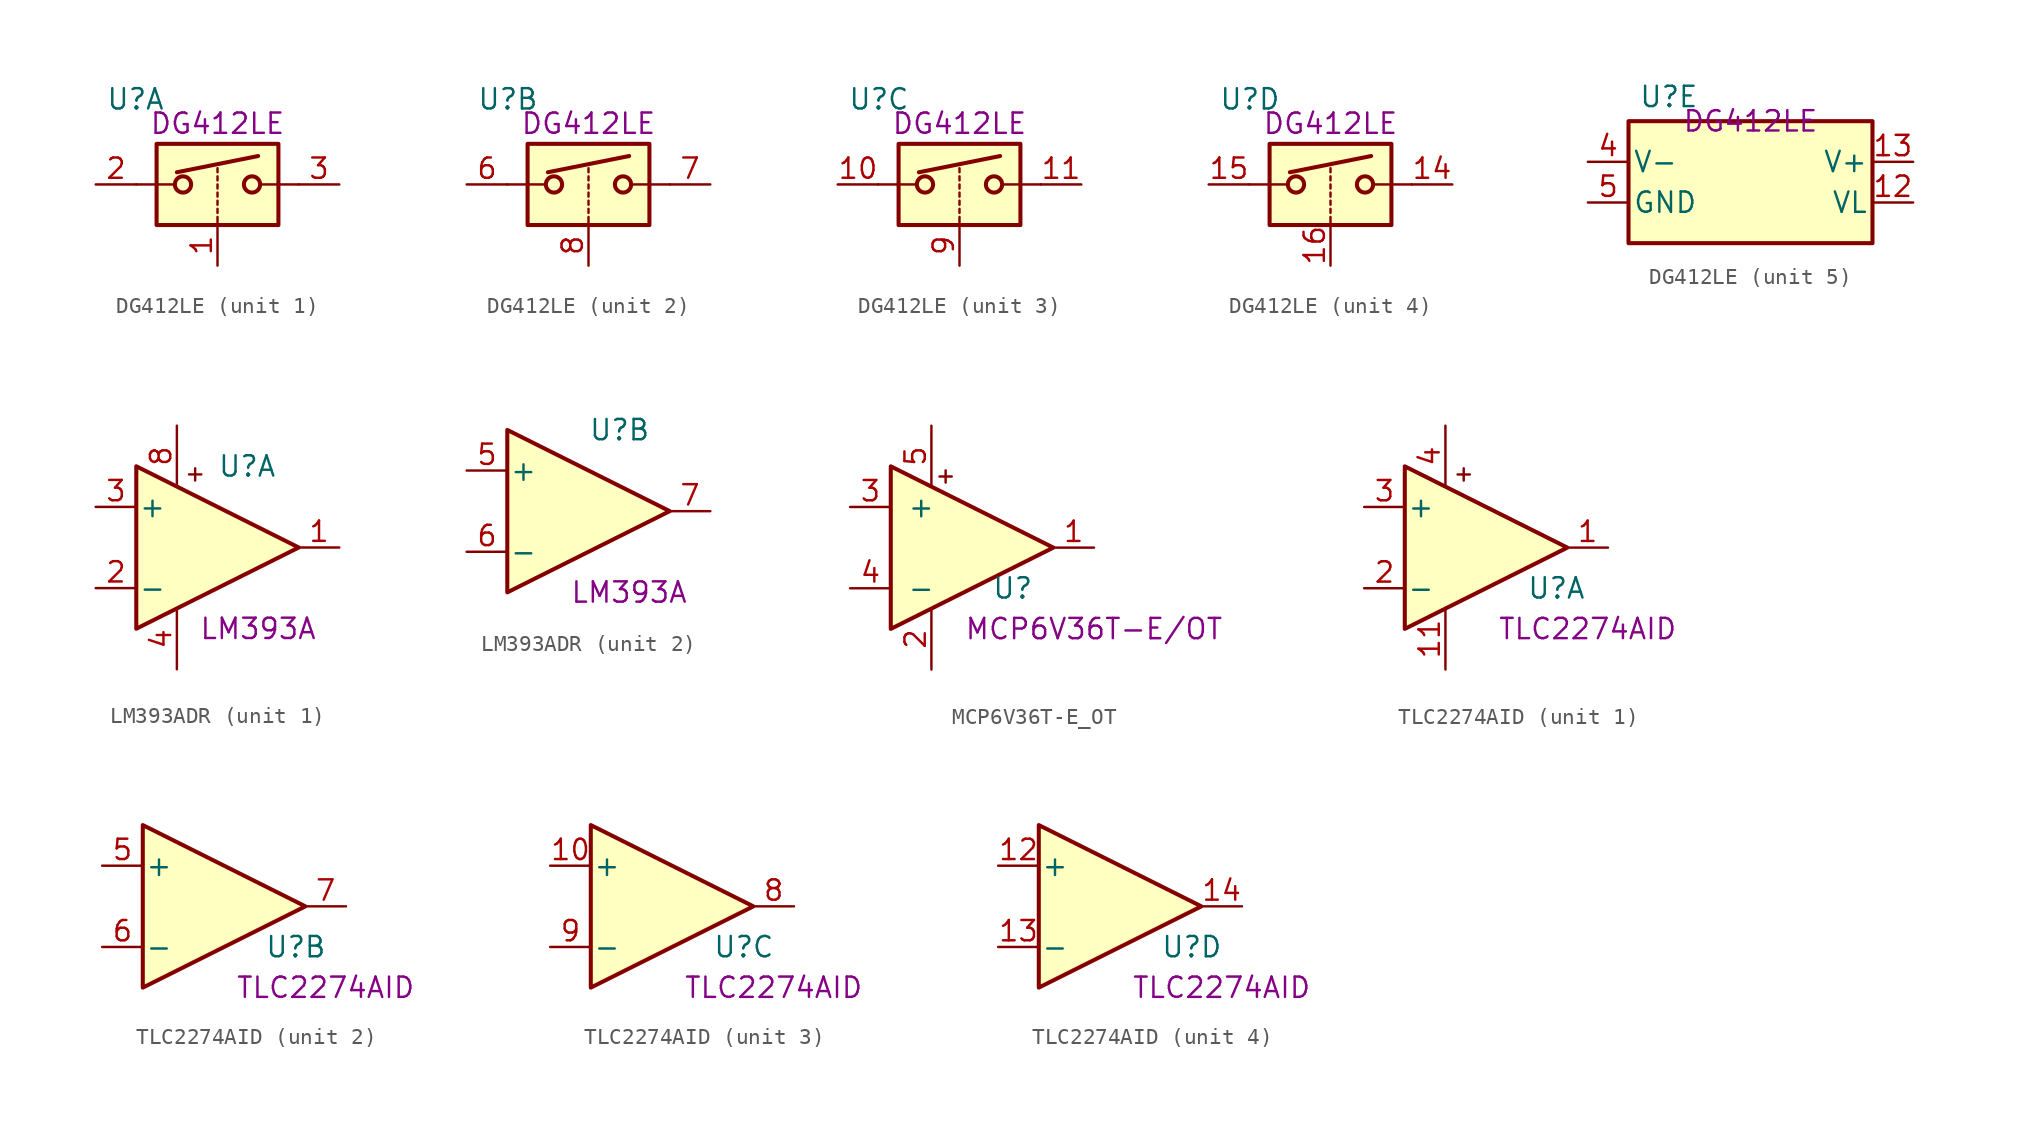
<source format=kicad_sym>
(kicad_symbol_lib
  (version 20211014)
  (generator kicad_symbol_editor)
  (symbol "DG412LE"
    (pin_names
      (offset 0.254))
    (property "Reference" "U"
      (at -6.985 5.334 0)
      (effects (font (size 1.27 1.27)) (justify left)))
    (property "Comment" "DG412LE"
      (at 0 3.81 0)
      (effects (font (size 1.27 1.27))))
    (symbol "DG412LE_1_1"
      (rectangle (start -3.81 2.54) (end 3.81 -2.54) (stroke (width 0.254) (type default) (color 0 0 0 0)) (fill (type background)))
      (circle (center -2.159 0) (radius 0.508) (stroke (width 0.254) (type default) (color 0 0 0 0)) (fill (type none)))
      (polyline (pts (xy -5.08 0) (xy -2.794 0)) (stroke (width 0) (type default) (color 0 0 0 0)) (fill (type none)))
      (polyline (pts (xy -2.54 0.762) (xy 2.54 1.778)) (stroke (width 0.254) (type default) (color 0 0 0 0)) (fill (type none)))
      (polyline (pts (xy 0 -2.54) (xy 0 -2.032)) (stroke (width 0) (type default) (color 0 0 0 0)) (fill (type none)))
      (polyline (pts (xy 0 -1.778) (xy 0 -1.524)) (stroke (width 0) (type default) (color 0 0 0 0)) (fill (type none)))
      (polyline (pts (xy 0 -1.27) (xy 0 -1.016)) (stroke (width 0) (type default) (color 0 0 0 0)) (fill (type none)))
      (polyline (pts (xy 0 -0.762) (xy 0 -0.508)) (stroke (width 0) (type default) (color 0 0 0 0)) (fill (type none)))
      (polyline (pts (xy 0 -0.254) (xy 0 0)) (stroke (width 0) (type default) (color 0 0 0 0)) (fill (type none)))
      (polyline (pts (xy 0 0.254) (xy 0 0.508)) (stroke (width 0) (type default) (color 0 0 0 0)) (fill (type none)))
      (polyline (pts (xy 0 0.762) (xy 0 1.016)) (stroke (width 0) (type default) (color 0 0 0 0)) (fill (type none)))
      (polyline (pts (xy 5.08 0) (xy 2.794 0)) (stroke (width 0) (type default) (color 0 0 0 0)) (fill (type none)))
      (circle (center 2.159 0) (radius 0.508) (stroke (width 0.254) (type default) (color 0 0 0 0)) (fill (type none)))
      (pin input line (at 0 -5.08 90) (length 2.54) (name "~" (effects (font (size 1.27 1.27)))) (number "1" (effects (font (size 1.27 1.27)))))
      (pin passive line (at -7.62 0 0) (length 2.54) (name "~" (effects (font (size 1.27 1.27)))) (number "2" (effects (font (size 1.27 1.27)))))
      (pin passive line (at 7.62 0 180) (length 2.54) (name "~" (effects (font (size 1.27 1.27)))) (number "3" (effects (font (size 1.27 1.27))))))
    (symbol "DG412LE_2_1"
      (rectangle (start -3.81 2.54) (end 3.81 -2.54) (stroke (width 0.254) (type default) (color 0 0 0 0)) (fill (type background)))
      (circle (center -2.159 0) (radius 0.508) (stroke (width 0.254) (type default) (color 0 0 0 0)) (fill (type none)))
      (polyline (pts (xy -5.08 0) (xy -2.794 0)) (stroke (width 0) (type default) (color 0 0 0 0)) (fill (type none)))
      (polyline (pts (xy -2.54 0.762) (xy 2.54 1.778)) (stroke (width 0.254) (type default) (color 0 0 0 0)) (fill (type none)))
      (polyline (pts (xy 0 -2.54) (xy 0 -2.032)) (stroke (width 0) (type default) (color 0 0 0 0)) (fill (type none)))
      (polyline (pts (xy 0 -1.778) (xy 0 -1.524)) (stroke (width 0) (type default) (color 0 0 0 0)) (fill (type none)))
      (polyline (pts (xy 0 -1.27) (xy 0 -1.016)) (stroke (width 0) (type default) (color 0 0 0 0)) (fill (type none)))
      (polyline (pts (xy 0 -0.762) (xy 0 -0.508)) (stroke (width 0) (type default) (color 0 0 0 0)) (fill (type none)))
      (polyline (pts (xy 0 -0.254) (xy 0 0)) (stroke (width 0) (type default) (color 0 0 0 0)) (fill (type none)))
      (polyline (pts (xy 0 0.254) (xy 0 0.508)) (stroke (width 0) (type default) (color 0 0 0 0)) (fill (type none)))
      (polyline (pts (xy 0 0.762) (xy 0 1.016)) (stroke (width 0) (type default) (color 0 0 0 0)) (fill (type none)))
      (polyline (pts (xy 5.08 0) (xy 2.794 0)) (stroke (width 0) (type default) (color 0 0 0 0)) (fill (type none)))
      (circle (center 2.159 0) (radius 0.508) (stroke (width 0.254) (type default) (color 0 0 0 0)) (fill (type none)))
      (pin passive line (at -7.62 0 0) (length 2.54) (name "~" (effects (font (size 1.27 1.27)))) (number "6" (effects (font (size 1.27 1.27)))))
      (pin passive line (at 7.62 0 180) (length 2.54) (name "~" (effects (font (size 1.27 1.27)))) (number "7" (effects (font (size 1.27 1.27)))))
      (pin input line (at 0 -5.08 90) (length 2.54) (name "~" (effects (font (size 1.27 1.27)))) (number "8" (effects (font (size 1.27 1.27))))))
    (symbol "DG412LE_3_1"
      (rectangle (start -3.81 2.54) (end 3.81 -2.54) (stroke (width 0.254) (type default) (color 0 0 0 0)) (fill (type background)))
      (circle (center -2.159 0) (radius 0.508) (stroke (width 0.254) (type default) (color 0 0 0 0)) (fill (type none)))
      (polyline (pts (xy -5.08 0) (xy -2.794 0)) (stroke (width 0) (type default) (color 0 0 0 0)) (fill (type none)))
      (polyline (pts (xy -2.54 0.762) (xy 2.54 1.778)) (stroke (width 0.254) (type default) (color 0 0 0 0)) (fill (type none)))
      (polyline (pts (xy 0 -2.54) (xy 0 -2.032)) (stroke (width 0) (type default) (color 0 0 0 0)) (fill (type none)))
      (polyline (pts (xy 0 -1.778) (xy 0 -1.524)) (stroke (width 0) (type default) (color 0 0 0 0)) (fill (type none)))
      (polyline (pts (xy 0 -1.27) (xy 0 -1.016)) (stroke (width 0) (type default) (color 0 0 0 0)) (fill (type none)))
      (polyline (pts (xy 0 -0.762) (xy 0 -0.508)) (stroke (width 0) (type default) (color 0 0 0 0)) (fill (type none)))
      (polyline (pts (xy 0 -0.254) (xy 0 0)) (stroke (width 0) (type default) (color 0 0 0 0)) (fill (type none)))
      (polyline (pts (xy 0 0.254) (xy 0 0.508)) (stroke (width 0) (type default) (color 0 0 0 0)) (fill (type none)))
      (polyline (pts (xy 0 0.762) (xy 0 1.016)) (stroke (width 0) (type default) (color 0 0 0 0)) (fill (type none)))
      (polyline (pts (xy 5.08 0) (xy 2.794 0)) (stroke (width 0) (type default) (color 0 0 0 0)) (fill (type none)))
      (circle (center 2.159 0) (radius 0.508) (stroke (width 0.254) (type default) (color 0 0 0 0)) (fill (type none)))
      (pin passive line (at -7.62 0 0) (length 2.54) (name "~" (effects (font (size 1.27 1.27)))) (number "10" (effects (font (size 1.27 1.27)))))
      (pin passive line (at 7.62 0 180) (length 2.54) (name "~" (effects (font (size 1.27 1.27)))) (number "11" (effects (font (size 1.27 1.27)))))
      (pin input line (at 0 -5.08 90) (length 2.54) (name "~" (effects (font (size 1.27 1.27)))) (number "9" (effects (font (size 1.27 1.27))))))
    (symbol "DG412LE_4_1"
      (rectangle (start -3.81 2.54) (end 3.81 -2.54) (stroke (width 0.254) (type default) (color 0 0 0 0)) (fill (type background)))
      (circle (center -2.159 0) (radius 0.508) (stroke (width 0.254) (type default) (color 0 0 0 0)) (fill (type none)))
      (polyline (pts (xy -5.08 0) (xy -2.794 0)) (stroke (width 0) (type default) (color 0 0 0 0)) (fill (type none)))
      (polyline (pts (xy -2.54 0.762) (xy 2.54 1.778)) (stroke (width 0.254) (type default) (color 0 0 0 0)) (fill (type none)))
      (polyline (pts (xy 0 -2.54) (xy 0 -2.032)) (stroke (width 0) (type default) (color 0 0 0 0)) (fill (type none)))
      (polyline (pts (xy 0 -1.778) (xy 0 -1.524)) (stroke (width 0) (type default) (color 0 0 0 0)) (fill (type none)))
      (polyline (pts (xy 0 -1.27) (xy 0 -1.016)) (stroke (width 0) (type default) (color 0 0 0 0)) (fill (type none)))
      (polyline (pts (xy 0 -0.762) (xy 0 -0.508)) (stroke (width 0) (type default) (color 0 0 0 0)) (fill (type none)))
      (polyline (pts (xy 0 -0.254) (xy 0 0)) (stroke (width 0) (type default) (color 0 0 0 0)) (fill (type none)))
      (polyline (pts (xy 0 0.254) (xy 0 0.508)) (stroke (width 0) (type default) (color 0 0 0 0)) (fill (type none)))
      (polyline (pts (xy 0 0.762) (xy 0 1.016)) (stroke (width 0) (type default) (color 0 0 0 0)) (fill (type none)))
      (polyline (pts (xy 5.08 0) (xy 2.794 0)) (stroke (width 0) (type default) (color 0 0 0 0)) (fill (type none)))
      (circle (center 2.159 0) (radius 0.508) (stroke (width 0.254) (type default) (color 0 0 0 0)) (fill (type none)))
      (pin passive line (at 7.62 0 180) (length 2.54) (name "~" (effects (font (size 1.27 1.27)))) (number "14" (effects (font (size 1.27 1.27)))))
      (pin passive line (at -7.62 0 0) (length 2.54) (name "~" (effects (font (size 1.27 1.27)))) (number "15" (effects (font (size 1.27 1.27)))))
      (pin input line (at 0 -5.08 90) (length 2.54) (name "~" (effects (font (size 1.27 1.27)))) (number "16" (effects (font (size 1.27 1.27))))))
    (symbol "DG412LE_5_0"
      (pin power_in line (at 10.16 -1.27 180) (length 2.54) (name "VL" (effects (font (size 1.27 1.27)))) (number "12" (effects (font (size 1.27 1.27)))))
      (pin power_in line (at 10.16 1.27 180) (length 2.54) (name "V+" (effects (font (size 1.27 1.27)))) (number "13" (effects (font (size 1.27 1.27)))))
      (pin power_in line (at -10.16 1.27 0) (length 2.54) (name "V-" (effects (font (size 1.27 1.27)))) (number "4" (effects (font (size 1.27 1.27)))))
      (pin power_in line (at -10.16 -1.27 0) (length 2.54) (name "GND" (effects (font (size 1.27 1.27)))) (number "5" (effects (font (size 1.27 1.27))))))
    (symbol "DG412LE_5_1"
      (rectangle (start -7.62 3.81) (end 7.62 -3.81) (stroke (width 0.254) (type default) (color 0 0 0 0)) (fill (type background)))))
  (symbol "LM393ADR"
    (pin_names
      (offset 0.127))
    (property "Reference" "U"
      (at 0 5.08 0)
      (effects (font (size 1.27 1.27)) (justify left)))
    (property "Comment" "LM393A"
      (at 2.54 -5.08 0)
      (effects (font (size 1.27 1.27))))
    (property "ki_locked" ""
      (at 0 0 0)
      (effects (font (size 1.27 1.27))))
    (symbol "LM393ADR_1_1"
      (polyline (pts (xy -1.778 4.572) (xy -1.016 4.572)) (stroke (width 0) (type default) (color 0 0 0 0)) (fill (type none)))
      (polyline (pts (xy -1.397 4.953) (xy -1.397 4.191)) (stroke (width 0) (type default) (color 0 0 0 0)) (fill (type none)))
      (polyline (pts (xy -5.08 5.08) (xy 5.08 0) (xy -5.08 -5.08) (xy -5.08 5.08)) (stroke (width 0.254) (type default) (color 0 0 0 0)) (fill (type background)))
      (pin output line (at 7.62 0 180) (length 2.54) (name "~" (effects (font (size 1.27 1.27)))) (number "1" (effects (font (size 1.27 1.27)))))
      (pin input line (at -7.62 -2.54 0) (length 2.54) (name "-" (effects (font (size 1.27 1.27)))) (number "2" (effects (font (size 1.27 1.27)))))
      (pin input line (at -7.62 2.54 0) (length 2.54) (name "+" (effects (font (size 1.27 1.27)))) (number "3" (effects (font (size 1.27 1.27)))))
      (pin power_in line (at -2.54 -7.62 90) (length 3.81) (name "~" (effects (font (size 1.27 1.27)))) (number "4" (effects (font (size 1.27 1.27)))))
      (pin power_in line (at -2.54 7.62 270) (length 3.81) (name "~" (effects (font (size 1.27 1.27)))) (number "8" (effects (font (size 1.27 1.27))))))
    (symbol "LM393ADR_2_1"
      (polyline (pts (xy -5.08 5.08) (xy 5.08 0) (xy -5.08 -5.08) (xy -5.08 5.08)) (stroke (width 0.254) (type default) (color 0 0 0 0)) (fill (type background)))
      (pin input line (at -7.62 2.54 0) (length 2.54) (name "+" (effects (font (size 1.27 1.27)))) (number "5" (effects (font (size 1.27 1.27)))))
      (pin input line (at -7.62 -2.54 0) (length 2.54) (name "-" (effects (font (size 1.27 1.27)))) (number "6" (effects (font (size 1.27 1.27)))))
      (pin output line (at 7.62 0 180) (length 2.54) (name "~" (effects (font (size 1.27 1.27)))) (number "7" (effects (font (size 1.27 1.27)))))))
  (symbol "MCP6V36T-E_OT"
    (pin_names
      (offset 1.016))
    (property "Reference" "U"
      (at 2.54 -2.54 0)
      (effects (font (size 1.27 1.27))))
    (property "Comment" "MCP6V36T-E/OT"
      (at 7.62 -5.08 0)
      (effects (font (size 1.27 1.27))))
    (symbol "MCP6V36T-E_OT_0_1"
      (polyline (pts (xy -2.032 4.445) (xy -1.27 4.445)) (stroke (width 0) (type default) (color 0 0 0 0)) (fill (type none)))
      (polyline (pts (xy -1.651 4.826) (xy -1.651 4.064)) (stroke (width 0) (type default) (color 0 0 0 0)) (fill (type none))))
    (symbol "MCP6V36T-E_OT_1_1"
      (polyline (pts (xy -5.08 5.08) (xy 5.08 0) (xy -5.08 -5.08) (xy -5.08 5.08)) (stroke (width 0.254) (type default) (color 0 0 0 0)) (fill (type background)))
      (pin output line (at 7.62 0 180) (length 2.54) (name "~" (effects (font (size 1.27 1.27)))) (number "1" (effects (font (size 1.27 1.27)))))
      (pin power_in line (at -2.54 -7.62 90) (length 3.81) (name "~" (effects (font (size 1.27 1.27)))) (number "2" (effects (font (size 1.27 1.27)))))
      (pin input line (at -7.62 2.54 0) (length 2.54) (name "+" (effects (font (size 1.27 1.27)))) (number "3" (effects (font (size 1.27 1.27)))))
      (pin input line (at -7.62 -2.54 0) (length 2.54) (name "-" (effects (font (size 1.27 1.27)))) (number "4" (effects (font (size 1.27 1.27)))))
      (pin power_in line (at -2.54 7.62 270) (length 3.81) (name "~" (effects (font (size 0.508 0.508)))) (number "5" (effects (font (size 1.27 1.27)))))))
  (symbol "TLC2274AID"
    (pin_names
      (offset 0.127))
    (property "Reference" "U"
      (at 2.54 -2.54 0)
      (effects (font (size 1.27 1.27)) (justify left)))
    (property "Comment" "TLC2274AID"
      (at 6.35 -5.08 0)
      (effects (font (size 1.27 1.27))))
    (property "ki_locked" ""
      (at 0 0 0)
      (effects (font (size 1.27 1.27))))
    (symbol "TLC2274AID_1_1"
      (polyline (pts (xy -1.778 4.572) (xy -1.016 4.572)) (stroke (width 0) (type default) (color 0 0 0 0)) (fill (type none)))
      (polyline (pts (xy -1.397 4.953) (xy -1.397 4.191)) (stroke (width 0) (type default) (color 0 0 0 0)) (fill (type none)))
      (polyline (pts (xy -5.08 5.08) (xy 5.08 0) (xy -5.08 -5.08) (xy -5.08 5.08)) (stroke (width 0.254) (type default) (color 0 0 0 0)) (fill (type background)))
      (pin output line (at 7.62 0 180) (length 2.54) (name "~" (effects (font (size 1.27 1.27)))) (number "1" (effects (font (size 1.27 1.27)))))
      (pin power_in line (at -2.54 -7.62 90) (length 3.81) (name "~" (effects (font (size 1.27 1.27)))) (number "11" (effects (font (size 1.27 1.27)))))
      (pin input line (at -7.62 -2.54 0) (length 2.54) (name "-" (effects (font (size 1.27 1.27)))) (number "2" (effects (font (size 1.27 1.27)))))
      (pin input line (at -7.62 2.54 0) (length 2.54) (name "+" (effects (font (size 1.27 1.27)))) (number "3" (effects (font (size 1.27 1.27)))))
      (pin power_in line (at -2.54 7.62 270) (length 3.81) (name "" (effects (font (size 1.27 1.27)))) (number "4" (effects (font (size 1.27 1.27))))))
    (symbol "TLC2274AID_2_1"
      (polyline (pts (xy -5.08 5.08) (xy 5.08 0) (xy -5.08 -5.08) (xy -5.08 5.08)) (stroke (width 0.254) (type default) (color 0 0 0 0)) (fill (type background)))
      (pin input line (at -7.62 2.54 0) (length 2.54) (name "+" (effects (font (size 1.27 1.27)))) (number "5" (effects (font (size 1.27 1.27)))))
      (pin input line (at -7.62 -2.54 0) (length 2.54) (name "-" (effects (font (size 1.27 1.27)))) (number "6" (effects (font (size 1.27 1.27)))))
      (pin output line (at 7.62 0 180) (length 2.54) (name "~" (effects (font (size 1.27 1.27)))) (number "7" (effects (font (size 1.27 1.27))))))
    (symbol "TLC2274AID_3_1"
      (polyline (pts (xy -5.08 5.08) (xy 5.08 0) (xy -5.08 -5.08) (xy -5.08 5.08)) (stroke (width 0.254) (type default) (color 0 0 0 0)) (fill (type background)))
      (pin input line (at -7.62 2.54 0) (length 2.54) (name "+" (effects (font (size 1.27 1.27)))) (number "10" (effects (font (size 1.27 1.27)))))
      (pin output line (at 7.62 0 180) (length 2.54) (name "~" (effects (font (size 1.27 1.27)))) (number "8" (effects (font (size 1.27 1.27)))))
      (pin input line (at -7.62 -2.54 0) (length 2.54) (name "-" (effects (font (size 1.27 1.27)))) (number "9" (effects (font (size 1.27 1.27))))))
    (symbol "TLC2274AID_4_1"
      (polyline (pts (xy -5.08 5.08) (xy 5.08 0) (xy -5.08 -5.08) (xy -5.08 5.08)) (stroke (width 0.254) (type default) (color 0 0 0 0)) (fill (type background)))
      (pin input line (at -7.62 2.54 0) (length 2.54) (name "+" (effects (font (size 1.27 1.27)))) (number "12" (effects (font (size 1.27 1.27)))))
      (pin input line (at -7.62 -2.54 0) (length 2.54) (name "-" (effects (font (size 1.27 1.27)))) (number "13" (effects (font (size 1.27 1.27)))))
      (pin output line (at 7.62 0 180) (length 2.54) (name "~" (effects (font (size 1.27 1.27)))) (number "14" (effects (font (size 1.27 1.27))))))))
</source>
